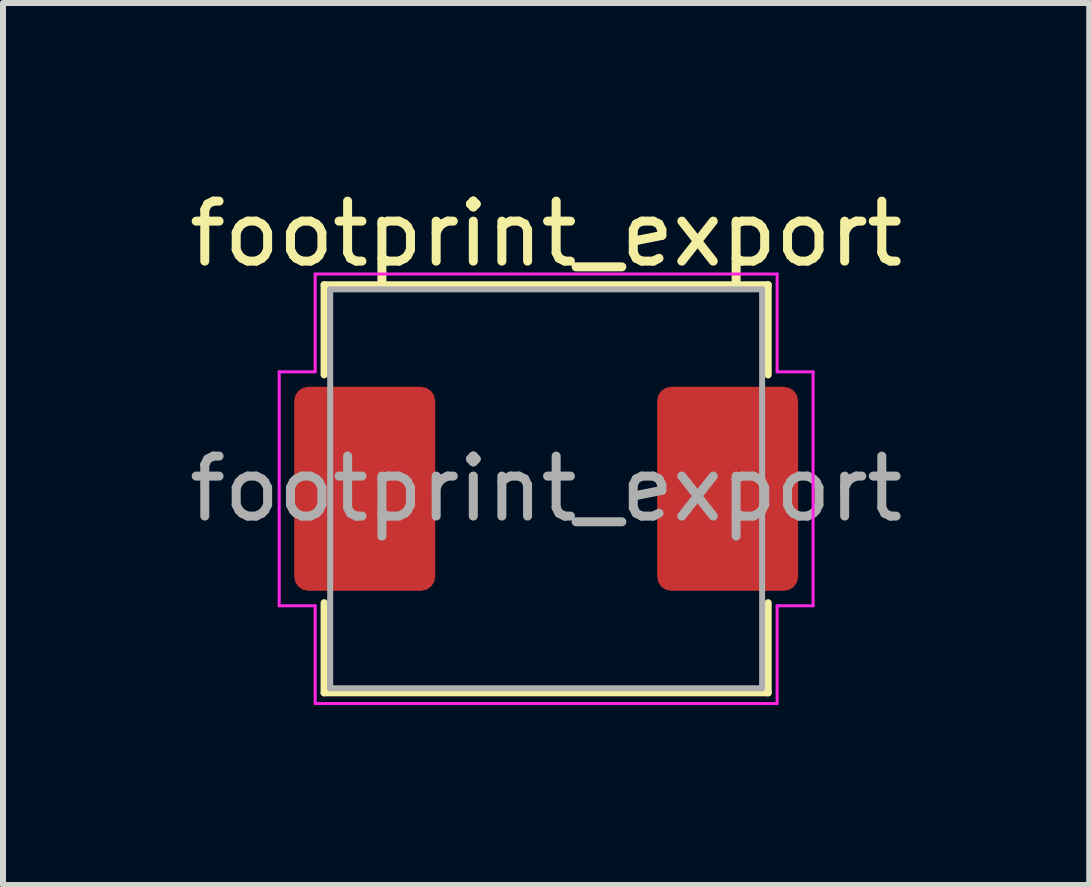
<source format=kicad_pcb>
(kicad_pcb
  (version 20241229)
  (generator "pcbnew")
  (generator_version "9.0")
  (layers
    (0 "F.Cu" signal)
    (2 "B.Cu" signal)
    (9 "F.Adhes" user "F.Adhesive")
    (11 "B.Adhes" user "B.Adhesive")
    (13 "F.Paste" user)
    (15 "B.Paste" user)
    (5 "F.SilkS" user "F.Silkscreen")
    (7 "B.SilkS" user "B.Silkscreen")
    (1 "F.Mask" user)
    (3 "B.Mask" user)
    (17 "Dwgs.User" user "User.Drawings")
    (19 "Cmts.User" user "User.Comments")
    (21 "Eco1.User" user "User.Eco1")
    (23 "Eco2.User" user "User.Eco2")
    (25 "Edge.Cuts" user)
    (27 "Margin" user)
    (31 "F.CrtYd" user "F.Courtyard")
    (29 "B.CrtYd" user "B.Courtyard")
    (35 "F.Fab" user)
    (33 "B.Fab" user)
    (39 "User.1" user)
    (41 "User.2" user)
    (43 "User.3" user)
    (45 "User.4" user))
  (footprint "footprint_export"
    (layer "F.Cu")
    (at 6.054 5.098)
    (property "Reference" "footprint_export" (at 0 -4.25 0) (layer "F.SilkS") (effects (font (size 1 1) (thickness 0.15))))
    (attr smd)
    (fp_line (start -3.7 -3.4) (end -3.7 -1.9) (stroke (width 0.12) (type solid)) (layer "F.SilkS"))
    (fp_line (start -3.7 3.4) (end -3.7 1.9) (stroke (width 0.12) (type solid)) (layer "F.SilkS"))
    (fp_line (start -3.7 3.4) (end 3.7 3.4) (stroke (width 0.12) (type solid)) (layer "F.SilkS"))
    (fp_line (start 3.7 -3.4) (end -3.7 -3.4) (stroke (width 0.12) (type solid)) (layer "F.SilkS"))
    (fp_line (start 3.7 -3.4) (end 3.7 -1.9) (stroke (width 0.12) (type solid)) (layer "F.SilkS"))
    (fp_line (start 3.7 3.4) (end 3.7 1.9) (stroke (width 0.12) (type solid)) (layer "F.SilkS"))
    (fp_line (start -4.45 -1.95) (end -4.45 1.95) (stroke (width 0.05) (type solid)) (layer "F.CrtYd"))
    (fp_line (start -4.45 1.95) (end -3.85 1.95) (stroke (width 0.05) (type solid)) (layer "F.CrtYd"))
    (fp_line (start -3.85 -3.58) (end -3.85 -1.95) (stroke (width 0.05) (type solid)) (layer "F.CrtYd"))
    (fp_line (start -3.85 -1.95) (end -4.45 -1.95) (stroke (width 0.05) (type solid)) (layer "F.CrtYd"))
    (fp_line (start -3.85 1.95) (end -3.85 3.58) (stroke (width 0.05) (type solid)) (layer "F.CrtYd"))
    (fp_line (start -3.85 3.58) (end 3.85 3.58) (stroke (width 0.05) (type solid)) (layer "F.CrtYd"))
    (fp_line (start 3.85 -3.58) (end -3.85 -3.58) (stroke (width 0.05) (type solid)) (layer "F.CrtYd"))
    (fp_line (start 3.85 -1.95) (end 3.85 -3.58) (stroke (width 0.05) (type solid)) (layer "F.CrtYd"))
    (fp_line (start 3.85 1.95) (end 4.45 1.95) (stroke (width 0.05) (type solid)) (layer "F.CrtYd"))
    (fp_line (start 3.85 3.58) (end 3.85 1.95) (stroke (width 0.05) (type solid)) (layer "F.CrtYd"))
    (fp_line (start 4.45 -1.95) (end 3.85 -1.95) (stroke (width 0.05) (type solid)) (layer "F.CrtYd"))
    (fp_line (start 4.45 1.95) (end 4.45 -1.95) (stroke (width 0.05) (type solid)) (layer "F.CrtYd"))
    (fp_line (start -3.6 -3.325) (end 3.6 -3.325) (stroke (width 0.1) (type solid)) (layer "F.Fab"))
    (fp_line (start -3.6 3.325) (end -3.6 -3.325) (stroke (width 0.1) (type solid)) (layer "F.Fab"))
    (fp_line (start 3.6 -3.325) (end 3.6 3.325) (stroke (width 0.1) (type solid)) (layer "F.Fab"))
    (fp_line (start 3.6 3.325) (end -3.6 3.325) (stroke (width 0.1) (type solid)) (layer "F.Fab"))
    (fp_text user "${REFERENCE}" (at 0 0 0) (layer "F.Fab") (effects (font (size 1 1) (thickness 0.15))))
    (pad "1" smd roundrect (at -3.025 0) (size 2.35 3.4) (layers "F.Cu" "F.Mask" "F.Paste") (roundrect_rratio 0.1))
    (pad "2" smd roundrect (at 3.025 0) (size 2.35 3.4) (layers "F.Cu" "F.Mask" "F.Paste") (roundrect_rratio 0.1)))
  (gr_rect
    (start -3 -3)
    (end 15.107 11.703)
    (stroke (width 0.1) (type default))
    (fill no)
    (layer "Edge.Cuts")))
</source>
